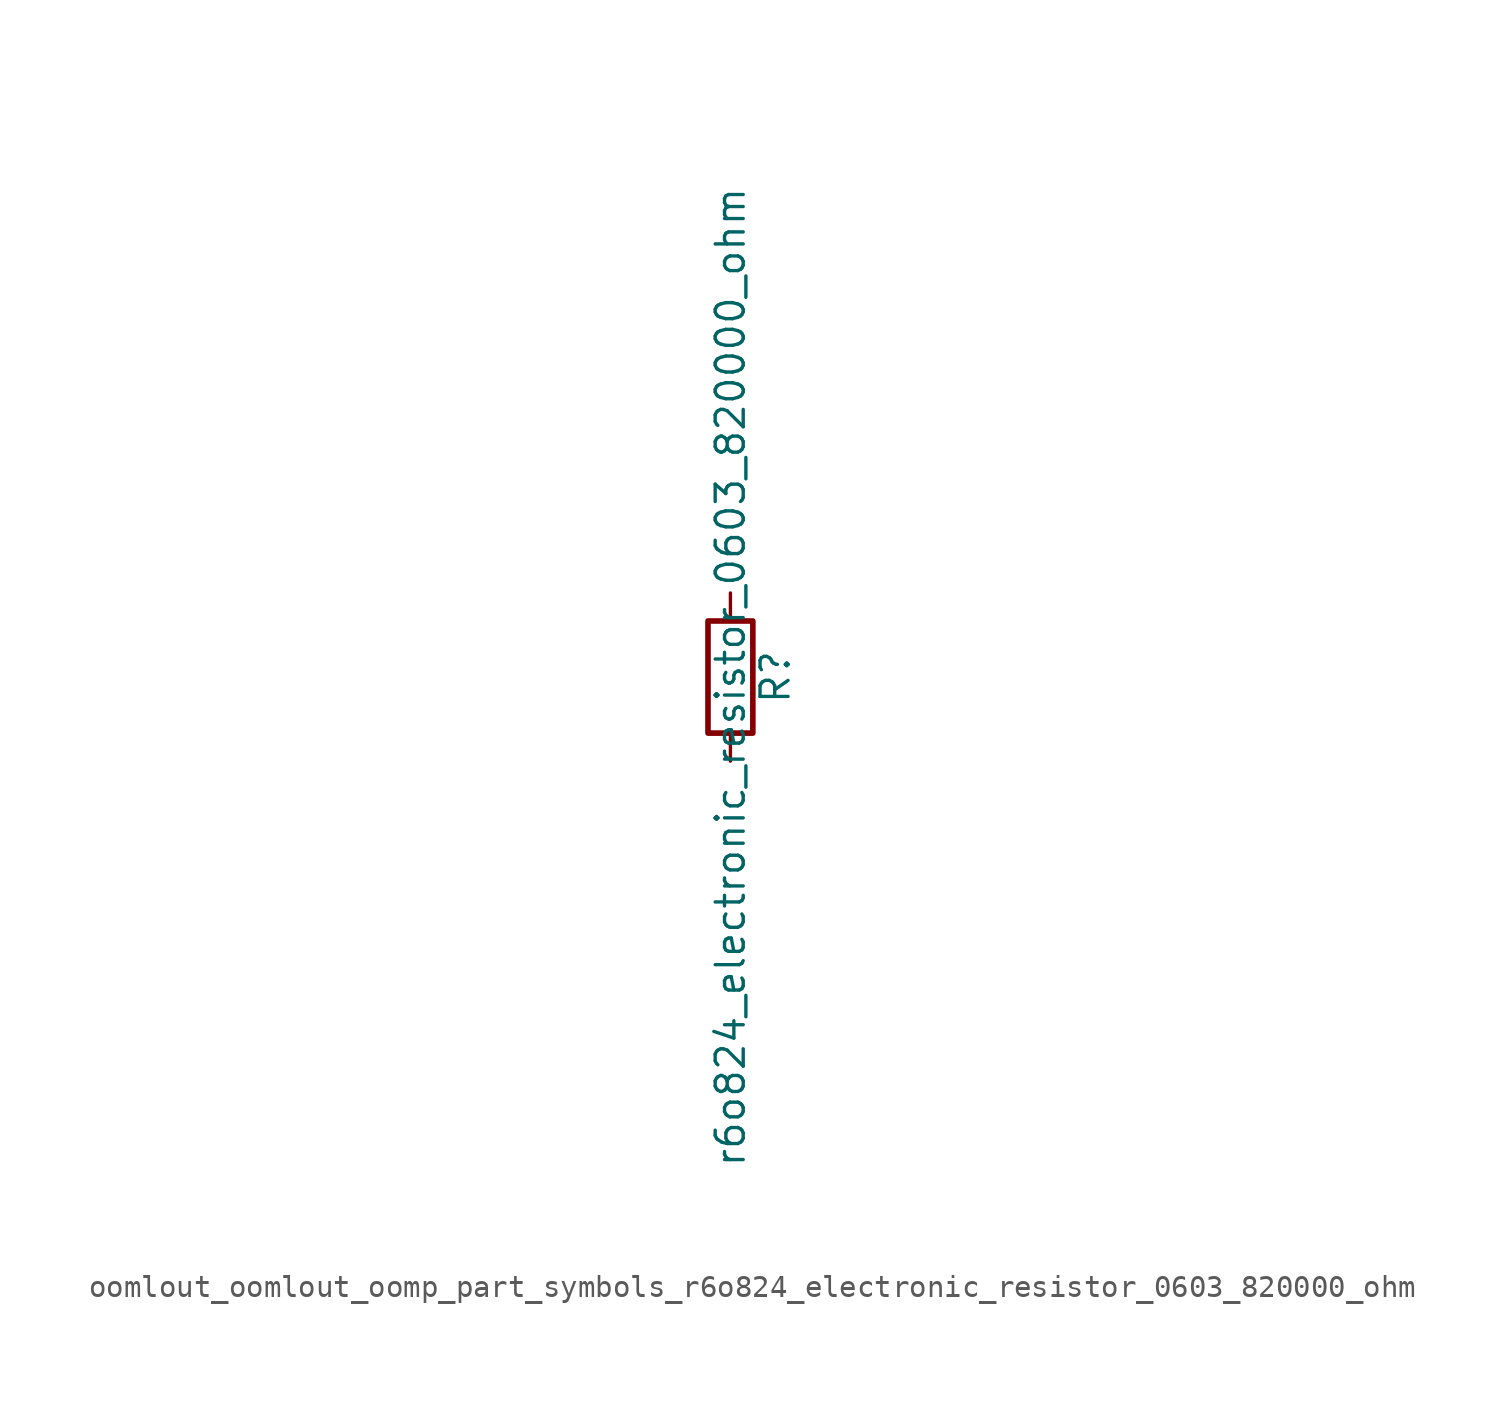
<source format=kicad_sym>
(kicad_symbol_lib
  (version 20220914)
  (generator kicad_symbol_editor)
  (symbol "oomlout_oomlout_oomp_part_symbols_r6o824_electronic_resistor_0603_820000_ohm"
    (pin_numbers hide)
    (pin_names
      (offset 0))
    (property "Reference" "R"
      (at 2.032 0 90)
      (effects (font (size 1.27 1.27))))
    (property "Value" "r6o824_electronic_resistor_0603_820000_ohm"
      (at 0 0 90)
      (effects (font (size 1.27 1.27))))
    (symbol "oomlout_oomlout_oomp_part_symbols_r6o824_electronic_resistor_0603_820000_ohm_0_1"
      (rectangle (start -1.016 -2.54) (end 1.016 2.54) (stroke (width 0.254) (type default)) (fill (type none))))
    (symbol "oomlout_oomlout_oomp_part_symbols_r6o824_electronic_resistor_0603_820000_ohm_1_1"
      (pin passive line (at 0 3.81 270) (length 1.27) (name "~" (effects (font (size 1.27 1.27)))) (number "1" (effects (font (size 1.27 1.27)))))
      (pin passive line (at 0 -3.81 90) (length 1.27) (name "~" (effects (font (size 1.27 1.27)))) (number "2" (effects (font (size 1.27 1.27))))))))
</source>
